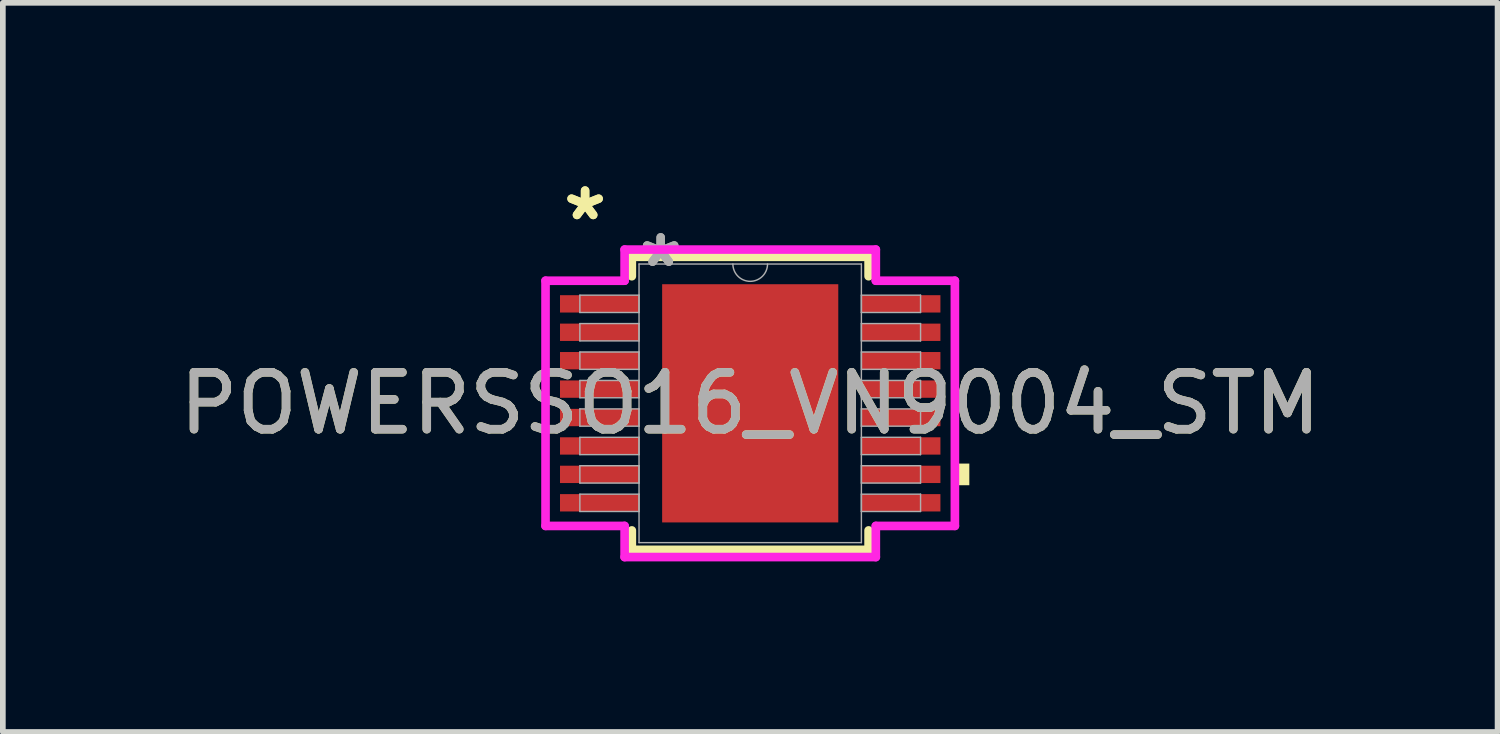
<source format=kicad_pcb>
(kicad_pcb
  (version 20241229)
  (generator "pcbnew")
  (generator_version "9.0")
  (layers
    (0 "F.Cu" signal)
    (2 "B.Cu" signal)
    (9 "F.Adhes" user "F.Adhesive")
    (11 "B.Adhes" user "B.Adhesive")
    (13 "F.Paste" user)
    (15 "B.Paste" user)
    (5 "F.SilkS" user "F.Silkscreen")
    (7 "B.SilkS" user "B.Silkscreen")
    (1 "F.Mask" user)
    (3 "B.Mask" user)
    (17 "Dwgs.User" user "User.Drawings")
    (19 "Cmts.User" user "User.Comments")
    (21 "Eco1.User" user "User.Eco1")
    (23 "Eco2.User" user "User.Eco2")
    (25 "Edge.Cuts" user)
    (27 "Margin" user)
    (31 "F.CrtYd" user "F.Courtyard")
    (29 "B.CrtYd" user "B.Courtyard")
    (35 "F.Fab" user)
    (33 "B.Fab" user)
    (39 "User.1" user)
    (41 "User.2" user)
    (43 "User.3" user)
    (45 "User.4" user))
  (footprint "POWERSSO16_VN9004_STM"
    (layer "F.Cu")
    (at 10.149 4.046)
    (property "Reference" "POWERSSO16_VN9004_STM" (at 0 0 0) (unlocked yes) (layer "F.SilkS") (effects (font (size 1 1) (thickness 0.15))))
    (attr smd)
    (fp_line (start -2.083 -2.578) (end -2.083 -2.236) (stroke (width 0.152) (type solid)) (layer "F.SilkS"))
    (fp_line (start -2.083 2.236) (end -2.083 2.578) (stroke (width 0.152) (type solid)) (layer "F.SilkS"))
    (fp_line (start -2.083 2.578) (end 2.083 2.578) (stroke (width 0.152) (type solid)) (layer "F.SilkS"))
    (fp_line (start 2.083 -2.578) (end -2.083 -2.578) (stroke (width 0.152) (type solid)) (layer "F.SilkS"))
    (fp_line (start 2.083 -2.236) (end 2.083 -2.578) (stroke (width 0.152) (type solid)) (layer "F.SilkS"))
    (fp_line (start 2.083 2.578) (end 2.083 2.236) (stroke (width 0.152) (type solid)) (layer "F.SilkS"))
    (fp_poly (pts (xy 3.855 1.06) (xy 3.855 1.441) (xy 3.601 1.441) (xy 3.601 1.06)) (stroke (width 0) (type solid)) (fill yes) (layer "F.SilkS"))
    (fp_poly (pts (xy -1.449 -1.996) (xy -1.449 -0.798) (xy -0.1 -0.798) (xy -0.1 -1.996)) (stroke (width 0) (type solid)) (fill yes) (layer "F.Paste"))
    (fp_poly (pts (xy -1.449 -0.599) (xy -1.449 0.599) (xy -0.1 0.599) (xy -0.1 -0.599)) (stroke (width 0) (type solid)) (fill yes) (layer "F.Paste"))
    (fp_poly (pts (xy -1.449 0.798) (xy -1.449 1.996) (xy -0.1 1.996) (xy -0.1 0.798)) (stroke (width 0) (type solid)) (fill yes) (layer "F.Paste"))
    (fp_poly (pts (xy 0.1 -1.996) (xy 0.1 -0.798) (xy 1.449 -0.798) (xy 1.449 -1.996)) (stroke (width 0) (type solid)) (fill yes) (layer "F.Paste"))
    (fp_poly (pts (xy 0.1 -0.599) (xy 0.1 0.599) (xy 1.449 0.599) (xy 1.449 -0.599)) (stroke (width 0) (type solid)) (fill yes) (layer "F.Paste"))
    (fp_poly (pts (xy 0.1 0.798) (xy 0.1 1.996) (xy 1.449 1.996) (xy 1.449 0.798)) (stroke (width 0) (type solid)) (fill yes) (layer "F.Paste"))
    (fp_line (start -3.601 -2.157) (end -2.21 -2.157) (stroke (width 0.152) (type solid)) (layer "F.CrtYd"))
    (fp_line (start -3.601 2.157) (end -3.601 -2.157) (stroke (width 0.152) (type solid)) (layer "F.CrtYd"))
    (fp_line (start -3.601 2.157) (end -2.21 2.157) (stroke (width 0.152) (type solid)) (layer "F.CrtYd"))
    (fp_line (start -2.21 -2.705) (end 2.21 -2.705) (stroke (width 0.152) (type solid)) (layer "F.CrtYd"))
    (fp_line (start -2.21 -2.157) (end -2.21 -2.705) (stroke (width 0.152) (type solid)) (layer "F.CrtYd"))
    (fp_line (start -2.21 2.705) (end -2.21 2.157) (stroke (width 0.152) (type solid)) (layer "F.CrtYd"))
    (fp_line (start 2.21 -2.705) (end 2.21 -2.157) (stroke (width 0.152) (type solid)) (layer "F.CrtYd"))
    (fp_line (start 2.21 2.157) (end 2.21 2.705) (stroke (width 0.152) (type solid)) (layer "F.CrtYd"))
    (fp_line (start 2.21 2.705) (end -2.21 2.705) (stroke (width 0.152) (type solid)) (layer "F.CrtYd"))
    (fp_line (start 3.601 -2.157) (end 2.21 -2.157) (stroke (width 0.152) (type solid)) (layer "F.CrtYd"))
    (fp_line (start 3.601 -2.157) (end 3.601 2.157) (stroke (width 0.152) (type solid)) (layer "F.CrtYd"))
    (fp_line (start 3.601 2.157) (end 2.21 2.157) (stroke (width 0.152) (type solid)) (layer "F.CrtYd"))
    (fp_line (start -2.997 -1.903) (end -2.997 -1.598) (stroke (width 0.025) (type solid)) (layer "F.Fab"))
    (fp_line (start -2.997 -1.598) (end -1.956 -1.598) (stroke (width 0.025) (type solid)) (layer "F.Fab"))
    (fp_line (start -2.997 -1.403) (end -2.997 -1.098) (stroke (width 0.025) (type solid)) (layer "F.Fab"))
    (fp_line (start -2.997 -1.098) (end -1.956 -1.098) (stroke (width 0.025) (type solid)) (layer "F.Fab"))
    (fp_line (start -2.997 -0.903) (end -2.997 -0.598) (stroke (width 0.025) (type solid)) (layer "F.Fab"))
    (fp_line (start -2.997 -0.598) (end -1.956 -0.598) (stroke (width 0.025) (type solid)) (layer "F.Fab"))
    (fp_line (start -2.997 -0.402) (end -2.997 -0.098) (stroke (width 0.025) (type solid)) (layer "F.Fab"))
    (fp_line (start -2.997 -0.098) (end -1.956 -0.098) (stroke (width 0.025) (type solid)) (layer "F.Fab"))
    (fp_line (start -2.997 0.098) (end -2.997 0.402) (stroke (width 0.025) (type solid)) (layer "F.Fab"))
    (fp_line (start -2.997 0.402) (end -1.956 0.402) (stroke (width 0.025) (type solid)) (layer "F.Fab"))
    (fp_line (start -2.997 0.598) (end -2.997 0.903) (stroke (width 0.025) (type solid)) (layer "F.Fab"))
    (fp_line (start -2.997 0.903) (end -1.956 0.903) (stroke (width 0.025) (type solid)) (layer "F.Fab"))
    (fp_line (start -2.997 1.098) (end -2.997 1.403) (stroke (width 0.025) (type solid)) (layer "F.Fab"))
    (fp_line (start -2.997 1.403) (end -1.956 1.403) (stroke (width 0.025) (type solid)) (layer "F.Fab"))
    (fp_line (start -2.997 1.598) (end -2.997 1.903) (stroke (width 0.025) (type solid)) (layer "F.Fab"))
    (fp_line (start -2.997 1.903) (end -1.956 1.903) (stroke (width 0.025) (type solid)) (layer "F.Fab"))
    (fp_line (start -1.956 -2.451) (end -1.956 2.451) (stroke (width 0.025) (type solid)) (layer "F.Fab"))
    (fp_line (start -1.956 -1.903) (end -2.997 -1.903) (stroke (width 0.025) (type solid)) (layer "F.Fab"))
    (fp_line (start -1.956 -1.598) (end -1.956 -1.903) (stroke (width 0.025) (type solid)) (layer "F.Fab"))
    (fp_line (start -1.956 -1.403) (end -2.997 -1.403) (stroke (width 0.025) (type solid)) (layer "F.Fab"))
    (fp_line (start -1.956 -1.098) (end -1.956 -1.403) (stroke (width 0.025) (type solid)) (layer "F.Fab"))
    (fp_line (start -1.956 -0.903) (end -2.997 -0.903) (stroke (width 0.025) (type solid)) (layer "F.Fab"))
    (fp_line (start -1.956 -0.598) (end -1.956 -0.903) (stroke (width 0.025) (type solid)) (layer "F.Fab"))
    (fp_line (start -1.956 -0.402) (end -2.997 -0.402) (stroke (width 0.025) (type solid)) (layer "F.Fab"))
    (fp_line (start -1.956 -0.098) (end -1.956 -0.402) (stroke (width 0.025) (type solid)) (layer "F.Fab"))
    (fp_line (start -1.956 0.098) (end -2.997 0.098) (stroke (width 0.025) (type solid)) (layer "F.Fab"))
    (fp_line (start -1.956 0.402) (end -1.956 0.098) (stroke (width 0.025) (type solid)) (layer "F.Fab"))
    (fp_line (start -1.956 0.598) (end -2.997 0.598) (stroke (width 0.025) (type solid)) (layer "F.Fab"))
    (fp_line (start -1.956 0.903) (end -1.956 0.598) (stroke (width 0.025) (type solid)) (layer "F.Fab"))
    (fp_line (start -1.956 1.098) (end -2.997 1.098) (stroke (width 0.025) (type solid)) (layer "F.Fab"))
    (fp_line (start -1.956 1.403) (end -1.956 1.098) (stroke (width 0.025) (type solid)) (layer "F.Fab"))
    (fp_line (start -1.956 1.598) (end -2.997 1.598) (stroke (width 0.025) (type solid)) (layer "F.Fab"))
    (fp_line (start -1.956 1.903) (end -1.956 1.598) (stroke (width 0.025) (type solid)) (layer "F.Fab"))
    (fp_line (start -1.956 2.451) (end 1.956 2.451) (stroke (width 0.025) (type solid)) (layer "F.Fab"))
    (fp_line (start 1.956 -2.451) (end -1.956 -2.451) (stroke (width 0.025) (type solid)) (layer "F.Fab"))
    (fp_line (start 1.956 -1.903) (end 1.956 -1.598) (stroke (width 0.025) (type solid)) (layer "F.Fab"))
    (fp_line (start 1.956 -1.598) (end 2.997 -1.598) (stroke (width 0.025) (type solid)) (layer "F.Fab"))
    (fp_line (start 1.956 -1.403) (end 1.956 -1.098) (stroke (width 0.025) (type solid)) (layer "F.Fab"))
    (fp_line (start 1.956 -1.098) (end 2.997 -1.098) (stroke (width 0.025) (type solid)) (layer "F.Fab"))
    (fp_line (start 1.956 -0.903) (end 1.956 -0.598) (stroke (width 0.025) (type solid)) (layer "F.Fab"))
    (fp_line (start 1.956 -0.598) (end 2.997 -0.598) (stroke (width 0.025) (type solid)) (layer "F.Fab"))
    (fp_line (start 1.956 -0.402) (end 1.956 -0.098) (stroke (width 0.025) (type solid)) (layer "F.Fab"))
    (fp_line (start 1.956 -0.098) (end 2.997 -0.098) (stroke (width 0.025) (type solid)) (layer "F.Fab"))
    (fp_line (start 1.956 0.098) (end 1.956 0.402) (stroke (width 0.025) (type solid)) (layer "F.Fab"))
    (fp_line (start 1.956 0.402) (end 2.997 0.402) (stroke (width 0.025) (type solid)) (layer "F.Fab"))
    (fp_line (start 1.956 0.598) (end 1.956 0.903) (stroke (width 0.025) (type solid)) (layer "F.Fab"))
    (fp_line (start 1.956 0.903) (end 2.997 0.903) (stroke (width 0.025) (type solid)) (layer "F.Fab"))
    (fp_line (start 1.956 1.098) (end 1.956 1.403) (stroke (width 0.025) (type solid)) (layer "F.Fab"))
    (fp_line (start 1.956 1.403) (end 2.997 1.403) (stroke (width 0.025) (type solid)) (layer "F.Fab"))
    (fp_line (start 1.956 1.598) (end 1.956 1.903) (stroke (width 0.025) (type solid)) (layer "F.Fab"))
    (fp_line (start 1.956 1.903) (end 2.997 1.903) (stroke (width 0.025) (type solid)) (layer "F.Fab"))
    (fp_line (start 1.956 2.451) (end 1.956 -2.451) (stroke (width 0.025) (type solid)) (layer "F.Fab"))
    (fp_line (start 2.997 -1.903) (end 1.956 -1.903) (stroke (width 0.025) (type solid)) (layer "F.Fab"))
    (fp_line (start 2.997 -1.598) (end 2.997 -1.903) (stroke (width 0.025) (type solid)) (layer "F.Fab"))
    (fp_line (start 2.997 -1.403) (end 1.956 -1.403) (stroke (width 0.025) (type solid)) (layer "F.Fab"))
    (fp_line (start 2.997 -1.098) (end 2.997 -1.403) (stroke (width 0.025) (type solid)) (layer "F.Fab"))
    (fp_line (start 2.997 -0.903) (end 1.956 -0.903) (stroke (width 0.025) (type solid)) (layer "F.Fab"))
    (fp_line (start 2.997 -0.598) (end 2.997 -0.903) (stroke (width 0.025) (type solid)) (layer "F.Fab"))
    (fp_line (start 2.997 -0.402) (end 1.956 -0.402) (stroke (width 0.025) (type solid)) (layer "F.Fab"))
    (fp_line (start 2.997 -0.098) (end 2.997 -0.402) (stroke (width 0.025) (type solid)) (layer "F.Fab"))
    (fp_line (start 2.997 0.098) (end 1.956 0.098) (stroke (width 0.025) (type solid)) (layer "F.Fab"))
    (fp_line (start 2.997 0.402) (end 2.997 0.098) (stroke (width 0.025) (type solid)) (layer "F.Fab"))
    (fp_line (start 2.997 0.598) (end 1.956 0.598) (stroke (width 0.025) (type solid)) (layer "F.Fab"))
    (fp_line (start 2.997 0.903) (end 2.997 0.598) (stroke (width 0.025) (type solid)) (layer "F.Fab"))
    (fp_line (start 2.997 1.098) (end 1.956 1.098) (stroke (width 0.025) (type solid)) (layer "F.Fab"))
    (fp_line (start 2.997 1.403) (end 2.997 1.098) (stroke (width 0.025) (type solid)) (layer "F.Fab"))
    (fp_line (start 2.997 1.598) (end 1.956 1.598) (stroke (width 0.025) (type solid)) (layer "F.Fab"))
    (fp_line (start 2.997 1.903) (end 2.997 1.598) (stroke (width 0.025) (type solid)) (layer "F.Fab"))
    (fp_arc (start 0.3048 -2.4511) (mid 0 -2.1463) (end -0.3048 -2.4511) (stroke (width 0.0254) (type solid)) (layer "F.Fab"))
    (fp_text user "*" (at -2.905 -3.198 0) (unlocked yes) (layer "F.SilkS") (effects (font (size 1 1) (thickness 0.15))))
    (fp_text user "*" (at -2.905 -3.198 0) (layer "F.SilkS") (effects (font (size 1 1) (thickness 0.15))))
    (fp_text user "${REFERENCE}" (at 0 0 0) (unlocked yes) (layer "F.Fab") (effects (font (size 1 1) (thickness 0.15))))
    (fp_text user "*" (at -1.575 -2.375 0) (unlocked yes) (layer "F.Fab") (effects (font (size 1 1) (thickness 0.15))))
    (fp_text user "*" (at -1.575 -2.375 0) (layer "F.Fab") (effects (font (size 1 1) (thickness 0.15))))
    (pad "1" smd rect (at -2.651 -1.75) (size 1.391 0.305) (layers "F.Cu" "F.Mask" "F.Paste"))
    (pad "2" smd rect (at -2.651 -1.25) (size 1.391 0.305) (layers "F.Cu" "F.Mask" "F.Paste"))
    (pad "3" smd rect (at -2.651 -0.75) (size 1.391 0.305) (layers "F.Cu" "F.Mask" "F.Paste"))
    (pad "4" smd rect (at -2.651 -0.25) (size 1.391 0.305) (layers "F.Cu" "F.Mask" "F.Paste"))
    (pad "5" smd rect (at -2.651 0.25) (size 1.391 0.305) (layers "F.Cu" "F.Mask" "F.Paste"))
    (pad "6" smd rect (at -2.651 0.75) (size 1.391 0.305) (layers "F.Cu" "F.Mask" "F.Paste"))
    (pad "7" smd rect (at -2.651 1.25) (size 1.391 0.305) (layers "F.Cu" "F.Mask" "F.Paste"))
    (pad "8" smd rect (at -2.651 1.75) (size 1.391 0.305) (layers "F.Cu" "F.Mask" "F.Paste"))
    (pad "9" smd rect (at 2.651 1.75) (size 1.391 0.305) (layers "F.Cu" "F.Mask" "F.Paste"))
    (pad "10" smd rect (at 2.651 1.25) (size 1.391 0.305) (layers "F.Cu" "F.Mask" "F.Paste"))
    (pad "11" smd rect (at 2.651 0.75) (size 1.391 0.305) (layers "F.Cu" "F.Mask" "F.Paste"))
    (pad "12" smd rect (at 2.651 0.25) (size 1.391 0.305) (layers "F.Cu" "F.Mask" "F.Paste"))
    (pad "13" smd rect (at 2.651 -0.25) (size 1.391 0.305) (layers "F.Cu" "F.Mask" "F.Paste"))
    (pad "14" smd rect (at 2.651 -0.75) (size 1.391 0.305) (layers "F.Cu" "F.Mask" "F.Paste"))
    (pad "15" smd rect (at 2.651 -1.25) (size 1.391 0.305) (layers "F.Cu" "F.Mask" "F.Paste"))
    (pad "16" smd rect (at 2.651 -1.75) (size 1.391 0.305) (layers "F.Cu" "F.Mask" "F.Paste"))
    (pad "17" smd rect (at 0 0) (size 3.099 4.191) (layers "F.Cu" "F.Mask")))
  (gr_rect
    (start -3 -3)
    (end 23.298 9.828)
    (stroke (width 0.1) (type default))
    (fill no)
    (layer "Edge.Cuts")))
</source>
